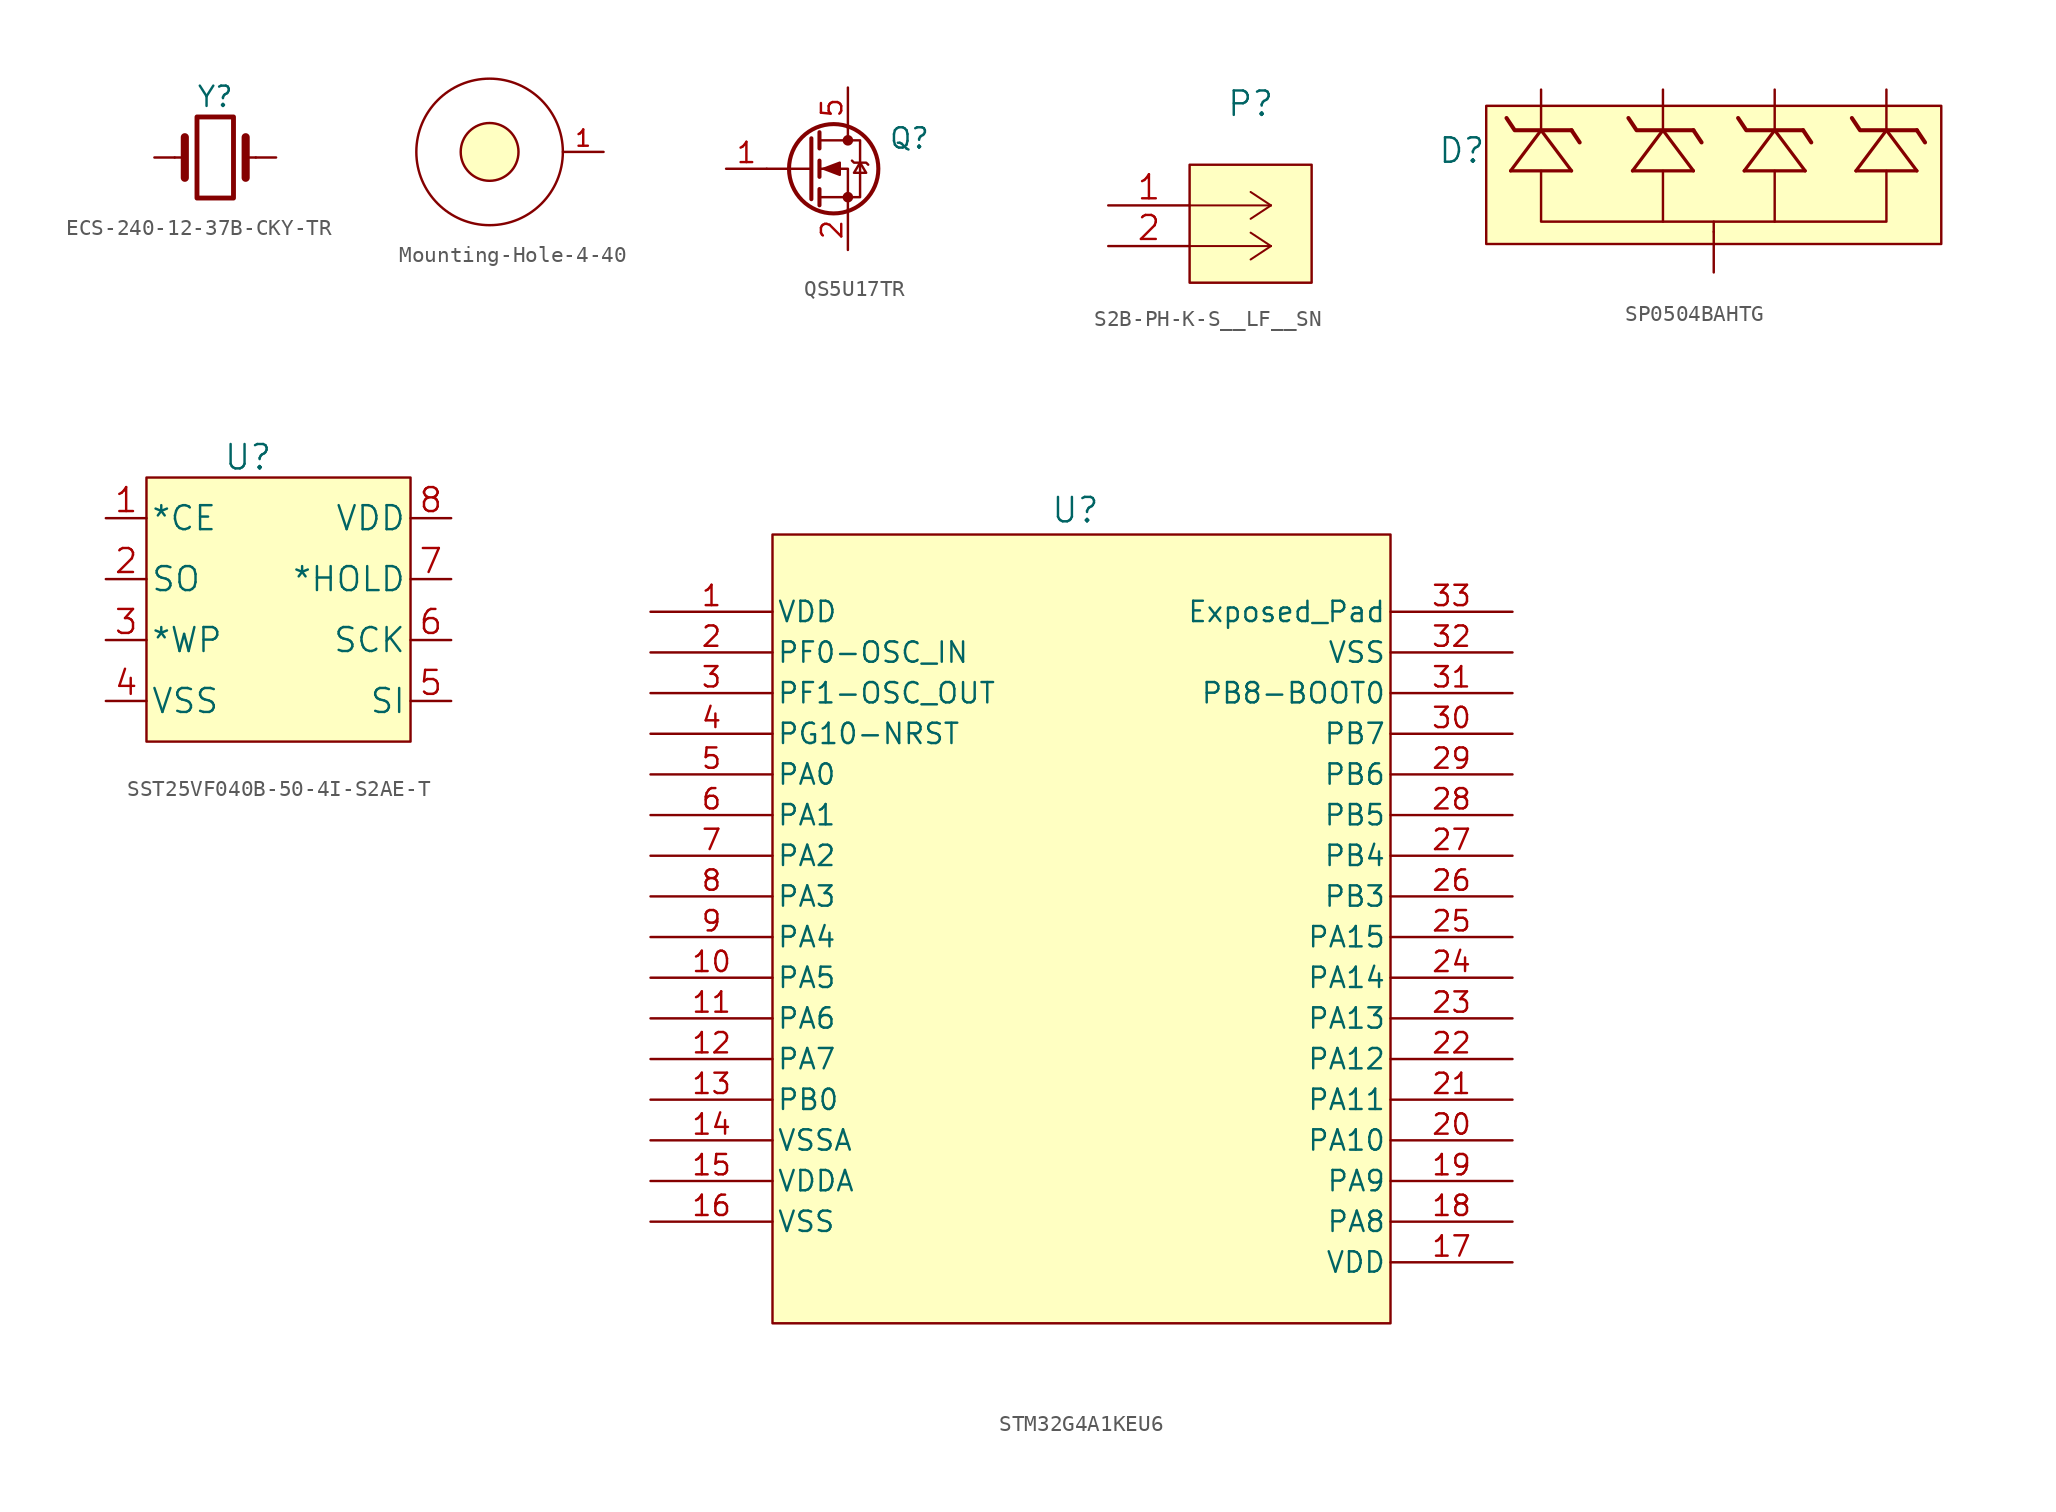
<source format=kicad_sym>
(kicad_symbol_lib
  (version 20220914)
  (generator kicad_symbol_editor)
  (symbol "ECS-240-12-37B-CKY-TR"
    (pin_numbers hide)
    (pin_names
      (offset 1.016) hide)
    (property "Reference" "Y"
      (at 0 3.81 0)
      (effects (font (size 1.27 1.27))))
    (symbol "ECS-240-12-37B-CKY-TR_0_1"
      (rectangle (start -1.143 2.54) (end 1.143 -2.54) (stroke (width 0.305) (type default)) (fill (type none)))
      (polyline (pts (xy -2.54 0) (xy -1.905 0)) (stroke (width 0) (type default)) (fill (type none)))
      (polyline (pts (xy -1.905 -1.27) (xy -1.905 1.27)) (stroke (width 0.508) (type default)) (fill (type none)))
      (polyline (pts (xy 1.905 -1.27) (xy 1.905 1.27)) (stroke (width 0.508) (type default)) (fill (type none)))
      (polyline (pts (xy 2.54 0) (xy 1.905 0)) (stroke (width 0) (type default)) (fill (type none))))
    (symbol "ECS-240-12-37B-CKY-TR_1_1"
      (pin passive line (at -3.81 0 0) (length 1.27) (name "1" (effects (font (size 1.27 1.27)))) (number "1" (effects (font (size 1.27 1.27)))))
      (pin no_connect line (at -3.175 5.08 270) (length 2.54) hide (name "" (effects (font (size 1.27 1.27)))) (number "2" (effects (font (size 1.27 1.27)))))
      (pin passive line (at 3.81 0 180) (length 1.27) (name "3" (effects (font (size 1.27 1.27)))) (number "3" (effects (font (size 1.27 1.27)))))
      (pin no_connect line (at -6.35 5.08 270) (length 2.54) hide (name "" (effects (font (size 1.27 1.27)))) (number "4" (effects (font (size 1.27 1.27)))))))
  (symbol "Mounting-Hole-4-40"
    (pin_names
      (offset 1.016))
    (property "Reference" "H"
      (at 0 6.35 0)
      (effects (font (size 1.27 1.27)) hide))
    (symbol "Mounting-Hole-4-40_0_1"
      (circle (center 0 0) (radius 1.803) (stroke (width 0) (type default)) (fill (type background)))
      (circle (center 0 0) (radius 4.572) (stroke (width 0) (type default)) (fill (type none))))
    (symbol "Mounting-Hole-4-40_1_1"
      (pin input line (at 7.112 0 180) (length 2.54) (name "" (effects (font (size 1.016 1.016)))) (number "1" (effects (font (size 1.016 1.016)))))))
  (symbol "QS5U17TR"
    (pin_names hide)
    (property "Reference" "Q"
      (at 5.08 1.905 0)
      (effects (font (size 1.27 1.27)) (justify left)))
    (symbol "QS5U17TR_0_1"
      (polyline (pts (xy 0.254 0) (xy -2.54 0)) (stroke (width 0) (type default)) (fill (type none)))
      (polyline (pts (xy 0.254 1.905) (xy 0.254 -1.905)) (stroke (width 0.254) (type default)) (fill (type none)))
      (polyline (pts (xy 0.762 -1.27) (xy 0.762 -2.286)) (stroke (width 0.254) (type default)) (fill (type none)))
      (polyline (pts (xy 0.762 0.508) (xy 0.762 -0.508)) (stroke (width 0.254) (type default)) (fill (type none)))
      (polyline (pts (xy 0.762 2.286) (xy 0.762 1.27)) (stroke (width 0.254) (type default)) (fill (type none)))
      (polyline (pts (xy 2.54 2.54) (xy 2.54 1.778)) (stroke (width 0) (type default)) (fill (type none)))
      (polyline (pts (xy 2.54 -2.54) (xy 2.54 0) (xy 0.762 0)) (stroke (width 0) (type default)) (fill (type none)))
      (polyline (pts (xy 0.762 -1.778) (xy 3.302 -1.778) (xy 3.302 1.778) (xy 0.762 1.778)) (stroke (width 0) (type default)) (fill (type none)))
      (polyline (pts (xy 1.016 0) (xy 2.032 0.381) (xy 2.032 -0.381) (xy 1.016 0)) (stroke (width 0) (type default)) (fill (type outline)))
      (polyline (pts (xy 2.794 0.508) (xy 2.921 0.381) (xy 3.683 0.381) (xy 3.81 0.254)) (stroke (width 0) (type default)) (fill (type none)))
      (polyline (pts (xy 3.302 0.381) (xy 2.921 -0.254) (xy 3.683 -0.254) (xy 3.302 0.381)) (stroke (width 0) (type default)) (fill (type none)))
      (circle (center 1.651 0) (radius 2.794) (stroke (width 0.254) (type default)) (fill (type none)))
      (circle (center 2.54 -1.778) (radius 0.254) (stroke (width 0) (type default)) (fill (type outline)))
      (circle (center 2.54 1.778) (radius 0.254) (stroke (width 0) (type default)) (fill (type outline))))
    (symbol "QS5U17TR_1_1"
      (pin input line (at -5.08 0 0) (length 2.54) (name "G" (effects (font (size 1.27 1.27)))) (number "1" (effects (font (size 1.27 1.27)))))
      (pin passive line (at 2.54 -5.08 90) (length 2.54) (name "S" (effects (font (size 1.27 1.27)))) (number "2" (effects (font (size 1.27 1.27)))))
      (pin no_connect line (at 8.89 0.635 270) (length 2.54) hide (name "" (effects (font (size 1.27 1.27)))) (number "3" (effects (font (size 1.27 1.27)))))
      (pin no_connect line (at 11.43 0.635 270) (length 2.54) hide (name "" (effects (font (size 1.27 1.27)))) (number "4" (effects (font (size 1.27 1.27)))))
      (pin passive line (at 2.54 5.08 270) (length 2.54) (name "D" (effects (font (size 1.27 1.27)))) (number "5" (effects (font (size 1.27 1.27)))))))
  (symbol "S2B-PH-K-S__LF__SN"
    (pin_names
      (offset 0.254) hide)
    (property "Reference" "P"
      (at 8.89 6.35 0)
      (effects (font (size 1.524 1.524))))
    (symbol "S2B-PH-K-S__LF__SN_0_1"
      (rectangle (start 5.08 2.54) (end 12.7 -4.826) (stroke (width 0.152) (type default)) (fill (type background))))
    (symbol "S2B-PH-K-S__LF__SN_1_1"
      (polyline (pts (xy 10.16 -2.54) (xy 5.08 -2.54)) (stroke (width 0.127) (type default)) (fill (type none)))
      (polyline (pts (xy 10.16 -2.54) (xy 8.89 -3.378)) (stroke (width 0.127) (type default)) (fill (type none)))
      (polyline (pts (xy 10.16 -2.54) (xy 8.89 -1.702)) (stroke (width 0.127) (type default)) (fill (type none)))
      (polyline (pts (xy 10.16 0) (xy 5.08 0)) (stroke (width 0.127) (type default)) (fill (type none)))
      (polyline (pts (xy 10.16 0) (xy 8.89 -0.838)) (stroke (width 0.127) (type default)) (fill (type none)))
      (polyline (pts (xy 10.16 0) (xy 8.89 0.838)) (stroke (width 0.127) (type default)) (fill (type none)))
      (pin passive line (at 0 0 0) (length 5.08) (name "5" (effects (font (size 1.499 1.499)))) (number "1" (effects (font (size 1.499 1.499)))))
      (pin passive line (at 0 -2.54 0) (length 5.08) (name "6" (effects (font (size 1.499 1.499)))) (number "2" (effects (font (size 1.499 1.499)))))))
  (symbol "SP0504BAHTG"
    (pin_numbers hide)
    (pin_names hide)
    (property "Reference" "D"
      (at -15.748 1.905 0)
      (effects (font (size 1.524 1.524))))
    (symbol "SP0504BAHTG_0_1"
      (rectangle (start -14.224 4.699) (end 14.224 -3.937) (stroke (width 0.152) (type default)) (fill (type background)))
      (polyline (pts (xy -8.89 3.175) (xy -8.382 2.413)) (stroke (width 0.254) (type default)) (fill (type none)))
      (polyline (pts (xy -3.175 0.635) (xy -3.175 -2.54)) (stroke (width 0.152) (type default)) (fill (type none)))
      (polyline (pts (xy 3.81 0.635) (xy 3.81 -2.54)) (stroke (width 0.152) (type default)) (fill (type none)))
      (polyline (pts (xy -8.89 3.175) (xy -12.446 3.175) (xy -12.954 3.937)) (stroke (width 0.254) (type default)) (fill (type none)))
      (polyline (pts (xy 10.795 0.635) (xy 10.795 -2.54) (xy 0 -2.54)) (stroke (width 0.152) (type default)) (fill (type none)))
      (polyline (pts (xy 0 -3.175) (xy 0 -2.54) (xy -10.795 -2.54) (xy -10.795 0.635)) (stroke (width 0.152) (type default)) (fill (type none))))
    (symbol "SP0504BAHTG_1_1"
      (polyline (pts (xy -12.7 0.635) (xy -8.89 0.635)) (stroke (width 0.203) (type default)) (fill (type none)))
      (polyline (pts (xy -10.795 3.175) (xy -12.7 0.635)) (stroke (width 0.203) (type default)) (fill (type none)))
      (polyline (pts (xy -8.89 0.635) (xy -10.795 3.175)) (stroke (width 0.203) (type default)) (fill (type none)))
      (polyline (pts (xy -5.08 0.635) (xy -1.27 0.635)) (stroke (width 0.203) (type default)) (fill (type none)))
      (polyline (pts (xy -3.175 3.175) (xy -5.08 0.635)) (stroke (width 0.203) (type default)) (fill (type none)))
      (polyline (pts (xy -1.27 0.635) (xy -3.175 3.175)) (stroke (width 0.203) (type default)) (fill (type none)))
      (polyline (pts (xy -1.27 3.175) (xy -0.762 2.413)) (stroke (width 0.254) (type default)) (fill (type none)))
      (polyline (pts (xy 1.905 0.635) (xy 5.715 0.635)) (stroke (width 0.203) (type default)) (fill (type none)))
      (polyline (pts (xy 3.81 3.175) (xy 1.905 0.635)) (stroke (width 0.203) (type default)) (fill (type none)))
      (polyline (pts (xy 5.588 3.175) (xy 6.096 2.413)) (stroke (width 0.254) (type default)) (fill (type none)))
      (polyline (pts (xy 5.715 0.635) (xy 3.81 3.175)) (stroke (width 0.203) (type default)) (fill (type none)))
      (polyline (pts (xy 8.89 0.635) (xy 12.7 0.635)) (stroke (width 0.203) (type default)) (fill (type none)))
      (polyline (pts (xy 10.795 3.175) (xy 8.89 0.635)) (stroke (width 0.203) (type default)) (fill (type none)))
      (polyline (pts (xy 12.7 0.635) (xy 10.795 3.175)) (stroke (width 0.203) (type default)) (fill (type none)))
      (polyline (pts (xy 12.7 3.175) (xy 13.208 2.413)) (stroke (width 0.254) (type default)) (fill (type none)))
      (polyline (pts (xy -1.27 3.175) (xy -4.826 3.175) (xy -5.334 3.937)) (stroke (width 0.254) (type default)) (fill (type none)))
      (polyline (pts (xy 5.588 3.175) (xy 2.032 3.175) (xy 1.524 3.937)) (stroke (width 0.254) (type default)) (fill (type none)))
      (polyline (pts (xy 12.7 3.175) (xy 9.144 3.175) (xy 8.636 3.937)) (stroke (width 0.254) (type default)) (fill (type none)))
      (pin passive line (at -10.795 5.715 270) (length 2.54) (name "~" (effects (font (size 1.499 1.499)))) (number "1" (effects (font (size 1.499 1.499)))))
      (pin passive line (at 0 -5.715 90) (length 2.54) (name "~" (effects (font (size 1.499 1.499)))) (number "2" (effects (font (size 1.499 1.499)))))
      (pin passive line (at -3.175 5.715 270) (length 2.54) (name "~" (effects (font (size 1.499 1.499)))) (number "3" (effects (font (size 1.499 1.499)))))
      (pin passive line (at 3.81 5.715 270) (length 2.54) (name "~" (effects (font (size 1.499 1.499)))) (number "4" (effects (font (size 1.499 1.499)))))
      (pin passive line (at 10.795 5.715 270) (length 2.54) (name "~" (effects (font (size 1.499 1.499)))) (number "5" (effects (font (size 1.499 1.499)))))))
  (symbol "SST25VF040B-50-4I-S2AE-T"
    (pin_names
      (offset 0.254))
    (property "Reference" "U"
      (at -2.54 6.35 0)
      (effects (font (size 1.524 1.524))))
    (symbol "SST25VF040B-50-4I-S2AE-T_1_1"
      (rectangle (start -8.89 5.08) (end 7.62 -11.43) (stroke (width 0.152) (type default)) (fill (type background)))
      (pin input line (at -11.43 2.54 0) (length 2.54) (name "*CE" (effects (font (size 1.499 1.499)))) (number "1" (effects (font (size 1.499 1.499)))))
      (pin output line (at -11.43 -1.27 0) (length 2.54) (name "SO" (effects (font (size 1.499 1.499)))) (number "2" (effects (font (size 1.499 1.499)))))
      (pin input line (at -11.43 -5.08 0) (length 2.54) (name "*WP" (effects (font (size 1.499 1.499)))) (number "3" (effects (font (size 1.499 1.499)))))
      (pin power_in line (at -11.43 -8.89 0) (length 2.54) (name "VSS" (effects (font (size 1.499 1.499)))) (number "4" (effects (font (size 1.499 1.499)))))
      (pin input line (at 10.16 -8.89 180) (length 2.54) (name "SI" (effects (font (size 1.499 1.499)))) (number "5" (effects (font (size 1.499 1.499)))))
      (pin input line (at 10.16 -5.08 180) (length 2.54) (name "SCK" (effects (font (size 1.499 1.499)))) (number "6" (effects (font (size 1.499 1.499)))))
      (pin input line (at 10.16 -1.27 180) (length 2.54) (name "*HOLD" (effects (font (size 1.499 1.499)))) (number "7" (effects (font (size 1.499 1.499)))))
      (pin power_in line (at 10.16 2.54 180) (length 2.54) (name "VDD" (effects (font (size 1.499 1.499)))) (number "8" (effects (font (size 1.499 1.499)))))))
  (symbol "STM32G4A1KEU6"
    (pin_names
      (offset 0.254))
    (property "Reference" "U"
      (at -0.635 24.13 0)
      (effects (font (size 1.524 1.524))))
    (symbol "STM32G4A1KEU6_0_1"
      (rectangle (start -19.558 22.606) (end 19.05 -26.67) (stroke (width 0.152) (type default)) (fill (type background)))
      (pin power_in line (at -27.178 17.78 0) (length 7.62) (name "VDD" (effects (font (size 1.27 1.27)))) (number "1" (effects (font (size 1.27 1.27)))))
      (pin bidirectional line (at -27.178 -5.08 0) (length 7.62) (name "PA5" (effects (font (size 1.27 1.27)))) (number "10" (effects (font (size 1.27 1.27)))))
      (pin bidirectional line (at -27.178 -7.62 0) (length 7.62) (name "PA6" (effects (font (size 1.27 1.27)))) (number "11" (effects (font (size 1.27 1.27)))))
      (pin bidirectional line (at -27.178 -10.16 0) (length 7.62) (name "PA7" (effects (font (size 1.27 1.27)))) (number "12" (effects (font (size 1.27 1.27)))))
      (pin bidirectional line (at -27.178 -12.7 0) (length 7.62) (name "PB0" (effects (font (size 1.27 1.27)))) (number "13" (effects (font (size 1.27 1.27)))))
      (pin power_out line (at -27.178 -15.24 0) (length 7.62) (name "VSSA" (effects (font (size 1.27 1.27)))) (number "14" (effects (font (size 1.27 1.27)))))
      (pin power_in line (at -27.178 -17.78 0) (length 7.62) (name "VDDA" (effects (font (size 1.27 1.27)))) (number "15" (effects (font (size 1.27 1.27)))))
      (pin power_out line (at -27.178 -20.32 0) (length 7.62) (name "VSS" (effects (font (size 1.27 1.27)))) (number "16" (effects (font (size 1.27 1.27)))))
      (pin power_in line (at 26.67 -22.86 180) (length 7.62) (name "VDD" (effects (font (size 1.27 1.27)))) (number "17" (effects (font (size 1.27 1.27)))))
      (pin bidirectional line (at 26.67 -20.32 180) (length 7.62) (name "PA8" (effects (font (size 1.27 1.27)))) (number "18" (effects (font (size 1.27 1.27)))))
      (pin bidirectional line (at 26.67 -17.78 180) (length 7.62) (name "PA9" (effects (font (size 1.27 1.27)))) (number "19" (effects (font (size 1.27 1.27)))))
      (pin bidirectional line (at -27.178 15.24 0) (length 7.62) (name "PF0-OSC_IN" (effects (font (size 1.27 1.27)))) (number "2" (effects (font (size 1.27 1.27)))))
      (pin bidirectional line (at 26.67 -15.24 180) (length 7.62) (name "PA10" (effects (font (size 1.27 1.27)))) (number "20" (effects (font (size 1.27 1.27)))))
      (pin bidirectional line (at 26.67 -12.7 180) (length 7.62) (name "PA11" (effects (font (size 1.27 1.27)))) (number "21" (effects (font (size 1.27 1.27)))))
      (pin bidirectional line (at 26.67 -10.16 180) (length 7.62) (name "PA12" (effects (font (size 1.27 1.27)))) (number "22" (effects (font (size 1.27 1.27)))))
      (pin bidirectional line (at 26.67 -7.62 180) (length 7.62) (name "PA13" (effects (font (size 1.27 1.27)))) (number "23" (effects (font (size 1.27 1.27)))))
      (pin bidirectional line (at 26.67 -5.08 180) (length 7.62) (name "PA14" (effects (font (size 1.27 1.27)))) (number "24" (effects (font (size 1.27 1.27)))))
      (pin bidirectional line (at 26.67 -2.54 180) (length 7.62) (name "PA15" (effects (font (size 1.27 1.27)))) (number "25" (effects (font (size 1.27 1.27)))))
      (pin bidirectional line (at 26.67 0 180) (length 7.62) (name "PB3" (effects (font (size 1.27 1.27)))) (number "26" (effects (font (size 1.27 1.27)))))
      (pin bidirectional line (at 26.67 2.54 180) (length 7.62) (name "PB4" (effects (font (size 1.27 1.27)))) (number "27" (effects (font (size 1.27 1.27)))))
      (pin bidirectional line (at 26.67 5.08 180) (length 7.62) (name "PB5" (effects (font (size 1.27 1.27)))) (number "28" (effects (font (size 1.27 1.27)))))
      (pin bidirectional line (at 26.67 7.62 180) (length 7.62) (name "PB6" (effects (font (size 1.27 1.27)))) (number "29" (effects (font (size 1.27 1.27)))))
      (pin output line (at -27.178 12.7 0) (length 7.62) (name "PF1-OSC_OUT" (effects (font (size 1.27 1.27)))) (number "3" (effects (font (size 1.27 1.27)))))
      (pin bidirectional line (at 26.67 10.16 180) (length 7.62) (name "PB7" (effects (font (size 1.27 1.27)))) (number "30" (effects (font (size 1.27 1.27)))))
      (pin bidirectional line (at 26.67 12.7 180) (length 7.62) (name "PB8-BOOT0" (effects (font (size 1.27 1.27)))) (number "31" (effects (font (size 1.27 1.27)))))
      (pin power_out line (at 26.67 15.24 180) (length 7.62) (name "VSS" (effects (font (size 1.27 1.27)))) (number "32" (effects (font (size 1.27 1.27)))))
      (pin unspecified line (at 26.67 17.78 180) (length 7.62) (name "Exposed_Pad" (effects (font (size 1.27 1.27)))) (number "33" (effects (font (size 1.27 1.27)))))
      (pin unspecified line (at -27.178 10.16 0) (length 7.62) (name "PG10-NRST" (effects (font (size 1.27 1.27)))) (number "4" (effects (font (size 1.27 1.27)))))
      (pin bidirectional line (at -27.178 7.62 0) (length 7.62) (name "PA0" (effects (font (size 1.27 1.27)))) (number "5" (effects (font (size 1.27 1.27)))))
      (pin bidirectional line (at -27.178 5.08 0) (length 7.62) (name "PA1" (effects (font (size 1.27 1.27)))) (number "6" (effects (font (size 1.27 1.27)))))
      (pin bidirectional line (at -27.178 2.54 0) (length 7.62) (name "PA2" (effects (font (size 1.27 1.27)))) (number "7" (effects (font (size 1.27 1.27)))))
      (pin bidirectional line (at -27.178 0 0) (length 7.62) (name "PA3" (effects (font (size 1.27 1.27)))) (number "8" (effects (font (size 1.27 1.27)))))
      (pin unspecified line (at -27.178 -2.54 0) (length 7.62) (name "PA4" (effects (font (size 1.27 1.27)))) (number "9" (effects (font (size 1.27 1.27))))))))
</source>
